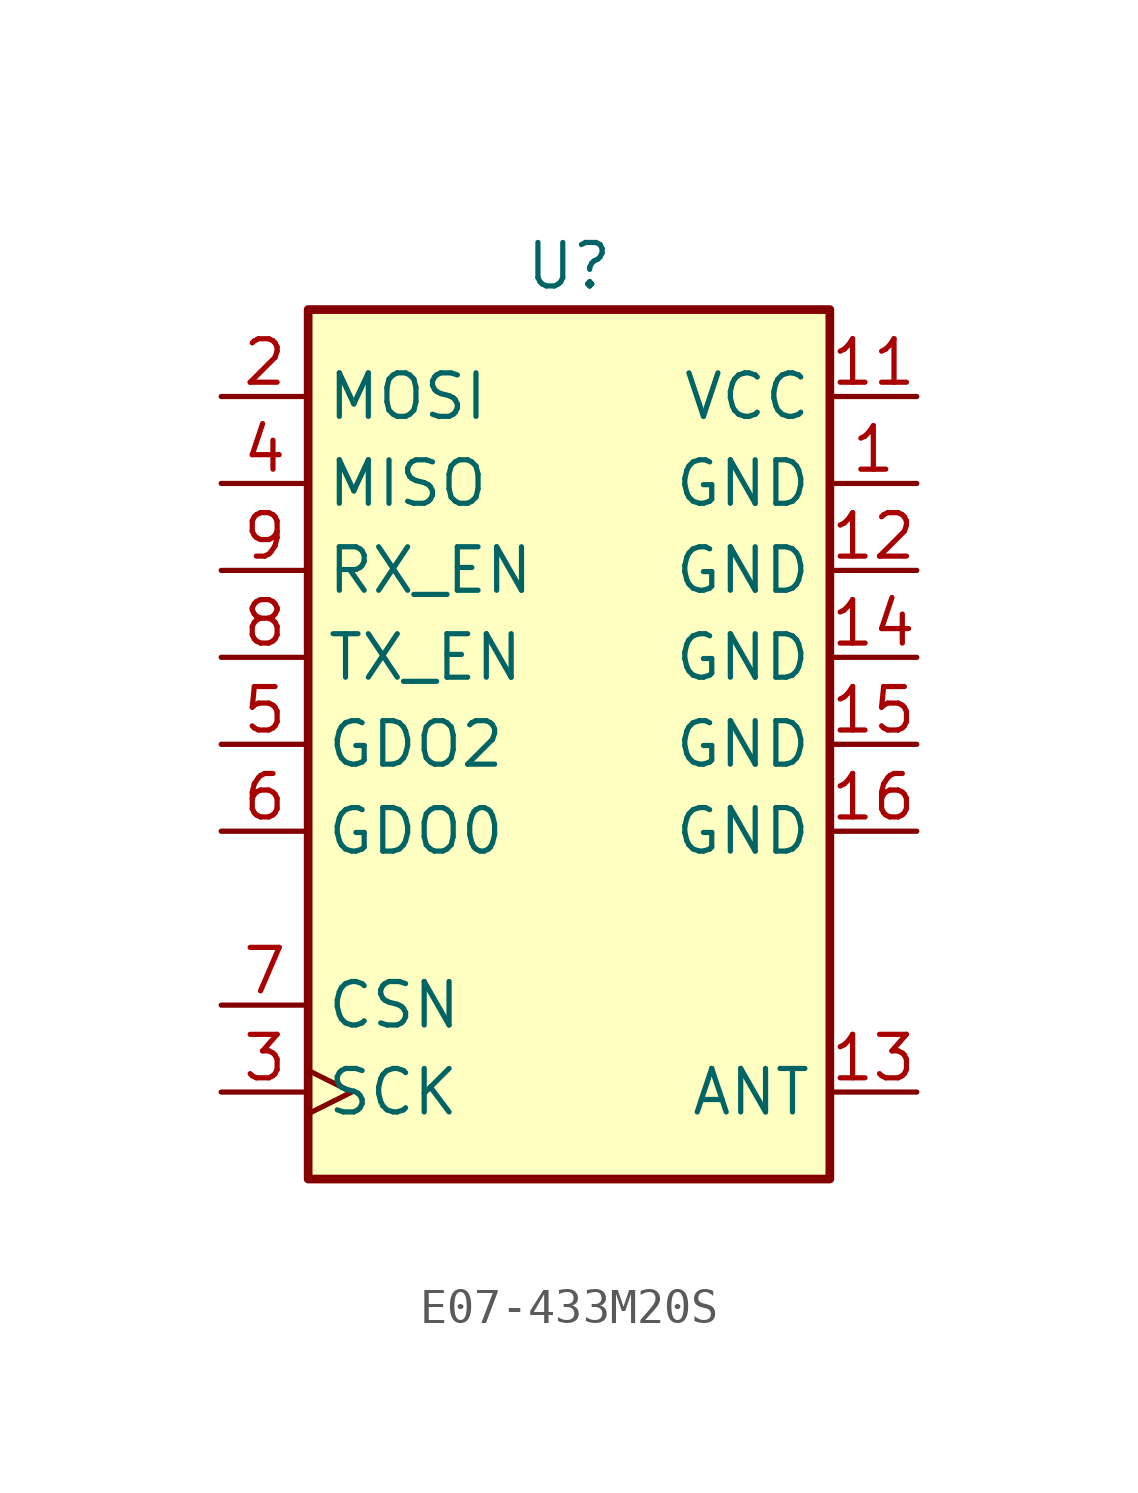
<source format=kicad_sym>
(kicad_symbol_lib
  (version 20220914)
  (generator kicad_symbol_editor)
  (symbol "E07-433M20S"
    (property "Reference" "U"
      (at 0 13.97 0)
      (effects (font (size 1.27 1.27))))
    (property "Value" ""
      (at 0 13.97 0)
      (effects (font (size 1.27 1.27))))
    (symbol "E07-433M20S_1_1"
      (rectangle (start -7.62 12.7) (end 7.62 -12.7) (stroke (width 0.254) (type default)) (fill (type background)))
      (pin power_in line (at 10.16 7.62 180) (length 2.54) (name "GND" (effects (font (size 1.27 1.27)))) (number "1" (effects (font (size 1.27 1.27)))))
      (pin input line (at 10.16 -6.35 180) (length 2.54) hide (name "NC" (effects (font (size 1.27 1.27)))) (number "10" (effects (font (size 1.27 1.27)))))
      (pin power_in line (at 10.16 10.16 180) (length 2.54) (name "VCC" (effects (font (size 1.27 1.27)))) (number "11" (effects (font (size 1.27 1.27)))))
      (pin power_in line (at 10.16 5.08 180) (length 2.54) (name "GND" (effects (font (size 1.27 1.27)))) (number "12" (effects (font (size 1.27 1.27)))))
      (pin bidirectional line (at 10.16 -10.16 180) (length 2.54) (name "ANT" (effects (font (size 1.27 1.27)))) (number "13" (effects (font (size 1.27 1.27)))))
      (pin power_in line (at 10.16 2.54 180) (length 2.54) (name "GND" (effects (font (size 1.27 1.27)))) (number "14" (effects (font (size 1.27 1.27)))))
      (pin power_in line (at 10.16 0 180) (length 2.54) (name "GND" (effects (font (size 1.27 1.27)))) (number "15" (effects (font (size 1.27 1.27)))))
      (pin power_in line (at 10.16 -2.54 180) (length 2.54) (name "GND" (effects (font (size 1.27 1.27)))) (number "16" (effects (font (size 1.27 1.27)))))
      (pin input line (at -10.16 10.16 0) (length 2.54) (name "MOSI" (effects (font (size 1.27 1.27)))) (number "2" (effects (font (size 1.27 1.27)))))
      (pin input clock (at -10.16 -10.16 0) (length 2.54) (name "SCK" (effects (font (size 1.27 1.27)))) (number "3" (effects (font (size 1.27 1.27)))))
      (pin output line (at -10.16 7.62 0) (length 2.54) (name "MISO" (effects (font (size 1.27 1.27)))) (number "4" (effects (font (size 1.27 1.27)))))
      (pin output line (at -10.16 0 0) (length 2.54) (name "GDO2" (effects (font (size 1.27 1.27)))) (number "5" (effects (font (size 1.27 1.27)))))
      (pin output line (at -10.16 -2.54 0) (length 2.54) (name "GDO0" (effects (font (size 1.27 1.27)))) (number "6" (effects (font (size 1.27 1.27)))))
      (pin output line (at -10.16 -7.62 0) (length 2.54) (name "CSN" (effects (font (size 1.27 1.27)))) (number "7" (effects (font (size 1.27 1.27)))))
      (pin input line (at -10.16 2.54 0) (length 2.54) (name "TX_EN" (effects (font (size 1.27 1.27)))) (number "8" (effects (font (size 1.27 1.27)))))
      (pin input line (at -10.16 5.08 0) (length 2.54) (name "RX_EN" (effects (font (size 1.27 1.27)))) (number "9" (effects (font (size 1.27 1.27))))))))
</source>
